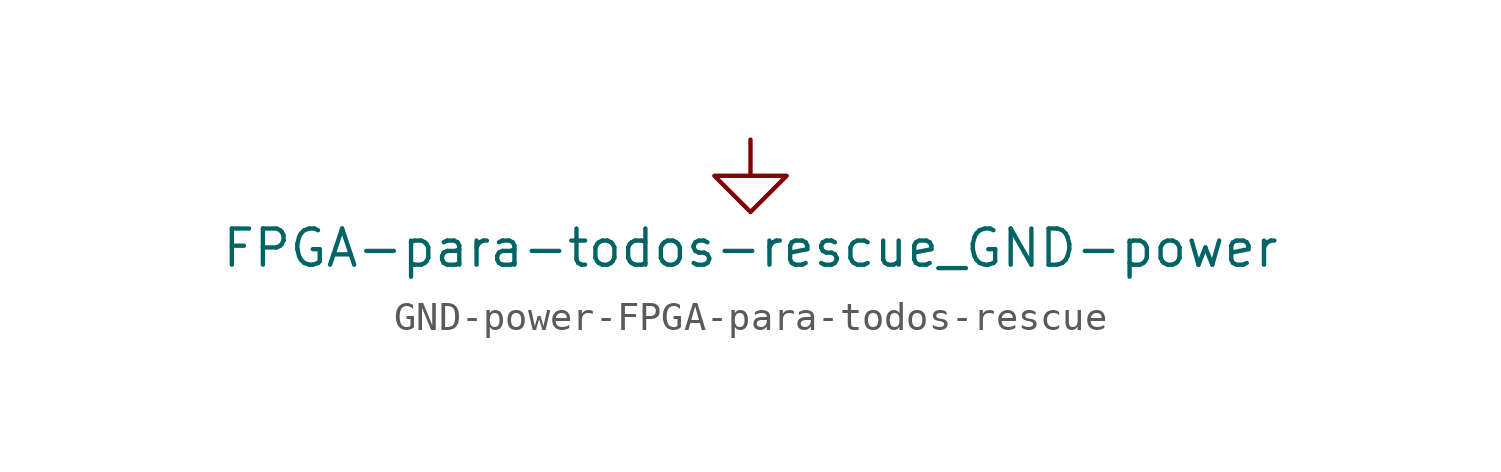
<source format=kicad_sym>
(kicad_symbol_lib
  (version 20231120)
  (generator "kicad_symbol_editor")
  (generator_version "8.0")
  (symbol "GND-power-FPGA-para-todos-rescue"
    (power)
    (pin_names
      (offset 0))
    (property "Reference" "#PWR"
      (at 0 -6.35 0)
      (effects (font (size 1.27 1.27)) (hide yes)))
    (property "Value" "FPGA-para-todos-rescue_GND-power"
      (at 0 -3.81 0)
      (effects (font (size 1.27 1.27))))
    (symbol "GND-power-FPGA-para-todos-rescue_0_1"
      (polyline (pts (xy 0 0) (xy 0 -1.27) (xy 1.27 -1.27) (xy 0 -2.54) (xy -1.27 -1.27) (xy 0 -1.27)) (stroke (width 0) (type solid)) (fill (type none))))
    (symbol "GND-power-FPGA-para-todos-rescue_1_1"
      (pin power_in line (at 0 0 270) (length 0) hide (name "GND" (effects (font (size 1.27 1.27)))) (number "1" (effects (font (size 1.27 1.27))))))))
</source>
